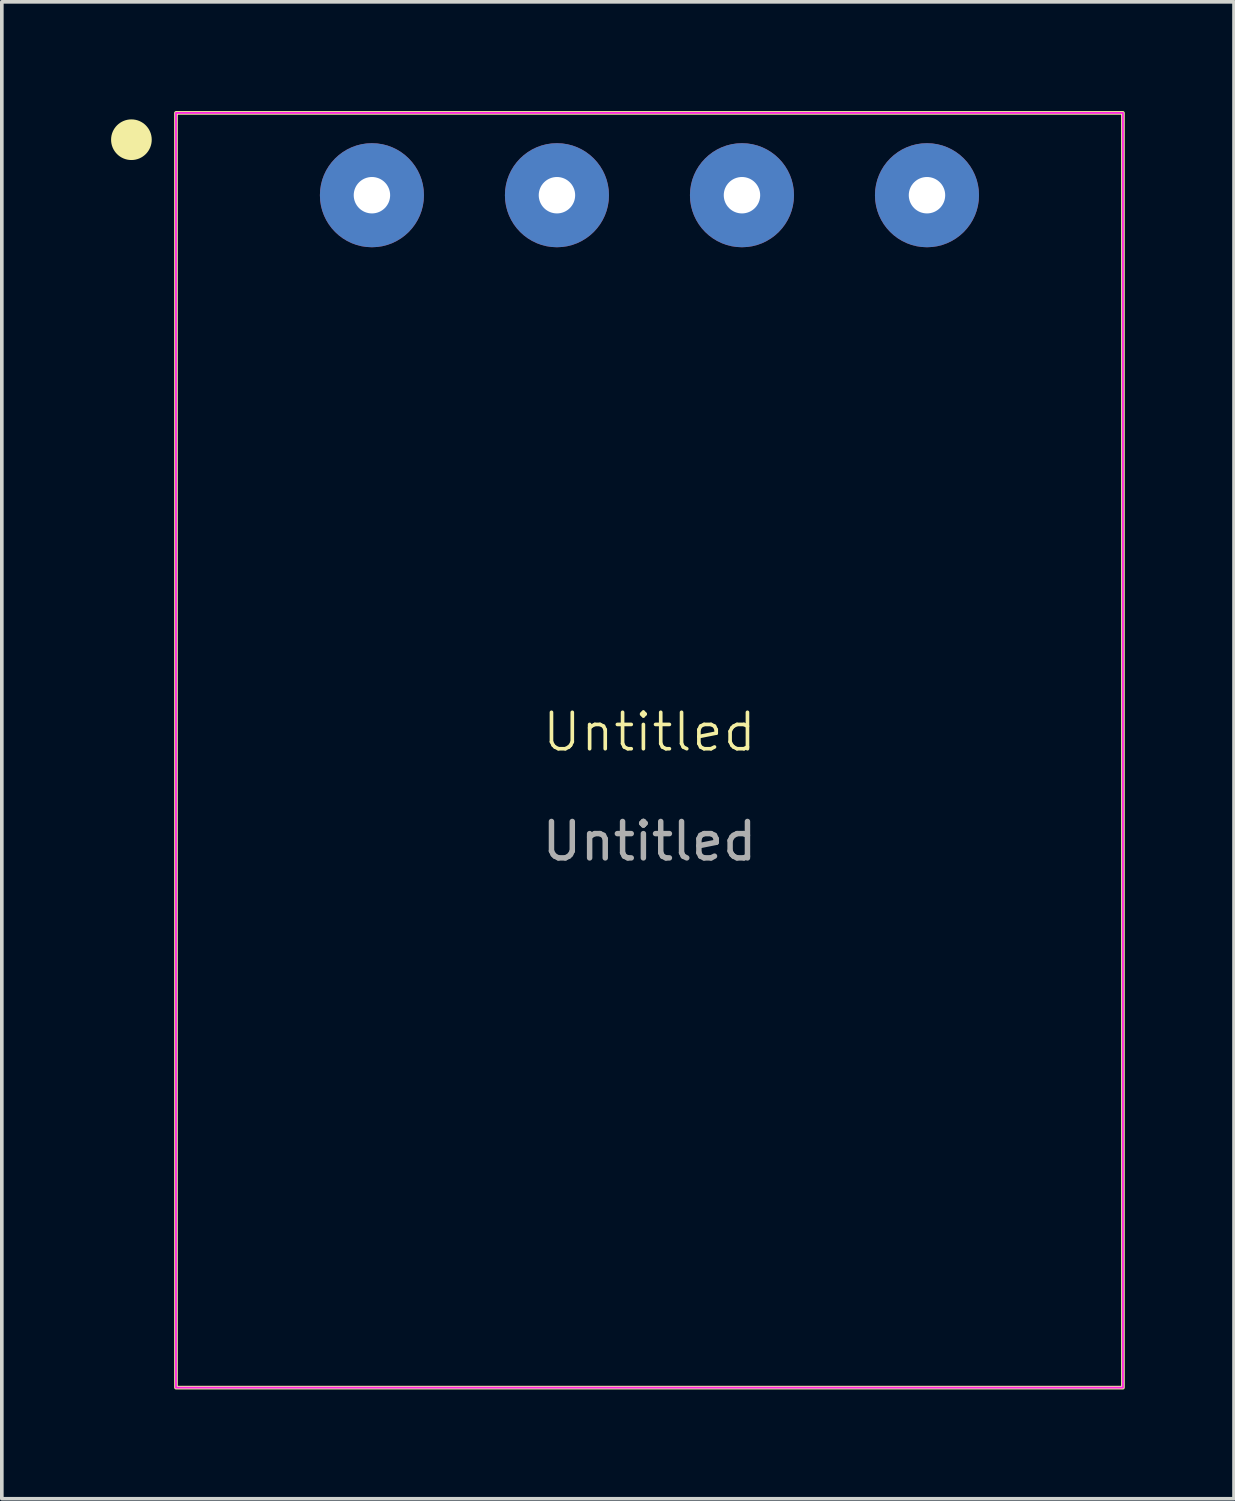
<source format=kicad_pcb>
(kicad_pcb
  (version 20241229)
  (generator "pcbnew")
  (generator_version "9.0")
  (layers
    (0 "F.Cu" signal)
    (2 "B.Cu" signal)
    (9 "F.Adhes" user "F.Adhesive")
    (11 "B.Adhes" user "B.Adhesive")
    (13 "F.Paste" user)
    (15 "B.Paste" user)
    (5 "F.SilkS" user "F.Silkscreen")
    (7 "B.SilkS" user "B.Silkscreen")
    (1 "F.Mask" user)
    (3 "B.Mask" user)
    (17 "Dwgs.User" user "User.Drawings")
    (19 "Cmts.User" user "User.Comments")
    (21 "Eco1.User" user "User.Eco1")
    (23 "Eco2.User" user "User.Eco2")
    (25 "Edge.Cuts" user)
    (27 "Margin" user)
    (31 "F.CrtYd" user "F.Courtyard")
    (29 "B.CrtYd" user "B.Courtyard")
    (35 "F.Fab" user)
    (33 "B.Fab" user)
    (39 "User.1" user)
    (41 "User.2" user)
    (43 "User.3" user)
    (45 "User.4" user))
  (footprint "Untitled"
    (layer "F.Cu")
    (at 14.782 17.55)
    (property "Reference" "Untitled" (at 0 -0.5 0) (unlocked yes) (layer "F.SilkS") (effects (font (size 1 1) (thickness 0.1))))
    (attr smd)
    (fp_rect (start -13 -17.5) (end 13 17.5) (stroke (width 0.1) (type default)) (fill no) (layer "F.SilkS"))
    (fp_circle (center -14.224 -16.764) (end -14.224 -17.272) (stroke (width 0.1) (type default)) (fill yes) (layer "F.SilkS"))
    (fp_rect (start -13 -17.5) (end 13 17.5) (stroke (width 0.05) (type default)) (fill no) (layer "F.CrtYd"))
    (fp_text user "${REFERENCE}" (at 0 2.5 0) (unlocked yes) (layer "F.Fab") (effects (font (size 1 1) (thickness 0.15))))
    (pad "1" thru_hole circle (at -7.62 -15.24) (size 2.857 2.857) (drill 1) (layers "*.Cu" "*.Mask"))
    (pad "2" thru_hole circle (at -2.54 -15.24) (size 2.857 2.857) (drill 1) (layers "*.Cu" "F.Mask" "F.Paste"))
    (pad "3" thru_hole circle (at 2.54 -15.24) (size 2.857 2.857) (drill 1) (layers "*.Cu" "F.Mask" "F.Paste"))
    (pad "4" thru_hole circle (at 7.62 -15.24) (size 2.857 2.857) (drill 1) (layers "*.Cu" "F.Mask" "F.Paste")))
  (gr_rect
    (start -3 -3)
    (end 30.832 38.1)
    (stroke (width 0.1) (type default))
    (fill no)
    (layer "Edge.Cuts")))
</source>
